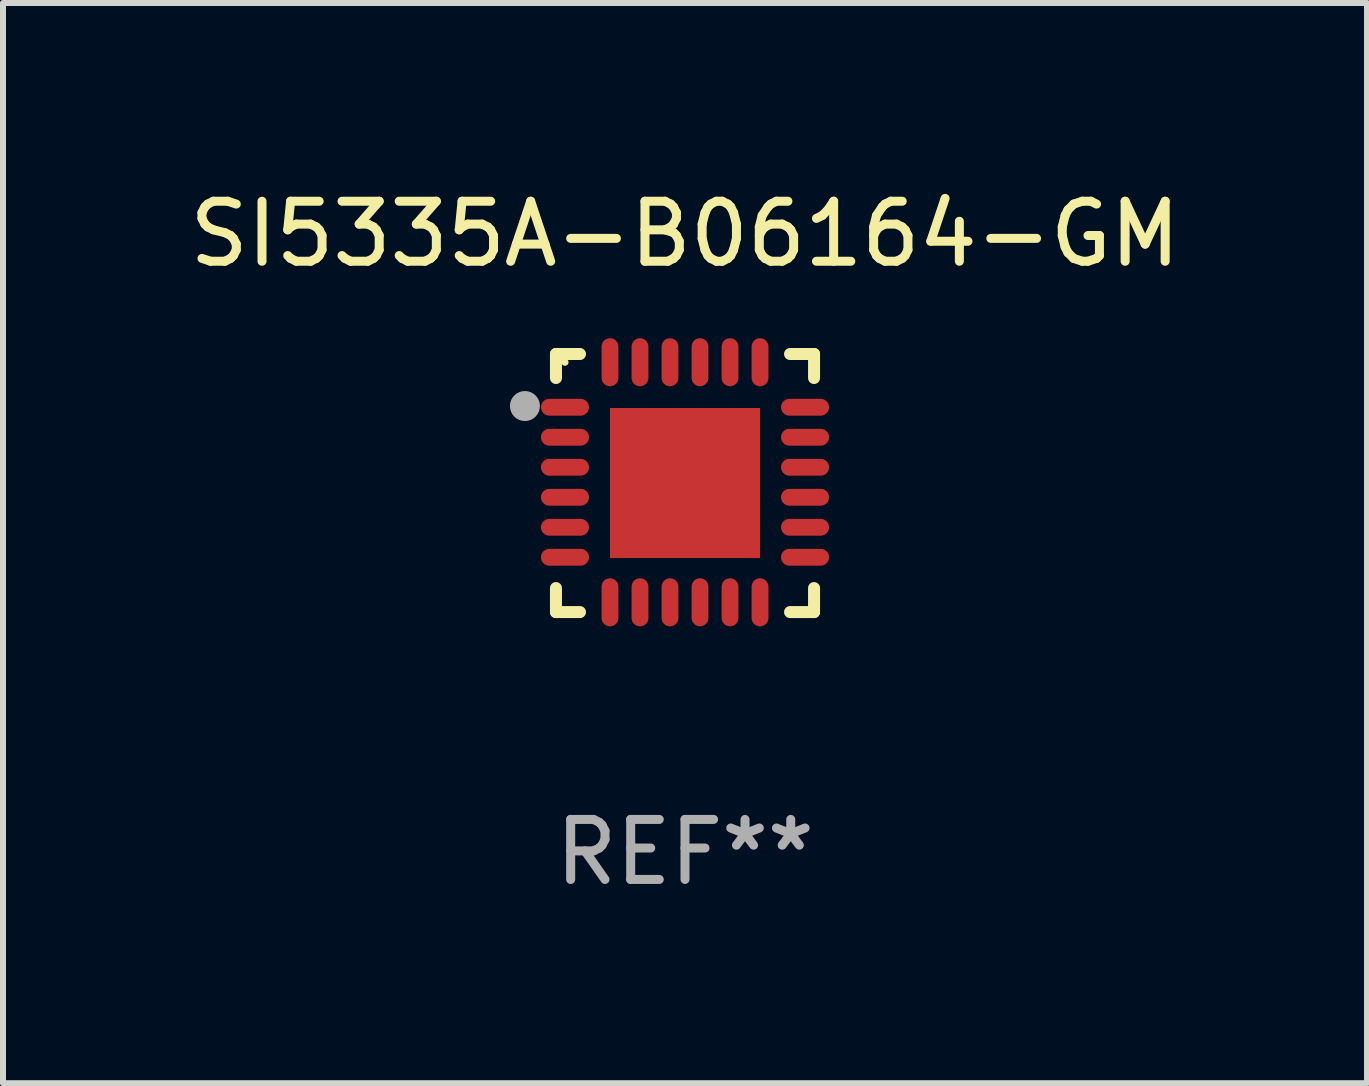
<source format=kicad_pcb>
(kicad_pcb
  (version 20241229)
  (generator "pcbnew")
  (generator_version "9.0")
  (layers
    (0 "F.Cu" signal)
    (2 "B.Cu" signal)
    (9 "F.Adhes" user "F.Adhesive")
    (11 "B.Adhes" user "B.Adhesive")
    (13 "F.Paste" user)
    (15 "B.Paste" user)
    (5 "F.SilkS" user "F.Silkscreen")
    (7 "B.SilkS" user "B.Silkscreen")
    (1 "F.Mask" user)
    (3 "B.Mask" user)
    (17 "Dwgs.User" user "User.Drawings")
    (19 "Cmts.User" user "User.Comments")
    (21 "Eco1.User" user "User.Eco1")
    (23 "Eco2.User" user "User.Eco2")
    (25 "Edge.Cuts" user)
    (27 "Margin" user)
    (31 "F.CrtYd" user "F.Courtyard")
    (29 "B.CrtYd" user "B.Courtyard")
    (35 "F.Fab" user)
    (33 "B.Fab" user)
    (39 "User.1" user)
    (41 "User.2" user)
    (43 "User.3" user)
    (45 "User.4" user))
  (footprint "SI5335A-B06164-GM"
    (layer "F.Cu")
    (at 8.363 4.998)
    (property "Reference" "SI5335A-B06164-GM" (at 0 -4.15 0) (layer "F.SilkS") (effects (font (size 1 1) (thickness 0.15))))
    (attr through_hole)
    (fp_line (start -2.15 -2.15) (end -1.75 -2.15) (stroke (width 0.2) (type solid)) (layer "F.SilkS"))
    (fp_line (start -2.15 -1.75) (end -2.15 -2.15) (stroke (width 0.2) (type solid)) (layer "F.SilkS"))
    (fp_line (start -2.15 2.15) (end -2.15 1.75) (stroke (width 0.2) (type solid)) (layer "F.SilkS"))
    (fp_line (start -1.75 2.15) (end -2.15 2.15) (stroke (width 0.2) (type solid)) (layer "F.SilkS"))
    (fp_line (start 1.75 -2.15) (end 2.15 -2.15) (stroke (width 0.2) (type solid)) (layer "F.SilkS"))
    (fp_line (start 1.75 2.15) (end 2.15 2.15) (stroke (width 0.2) (type solid)) (layer "F.SilkS"))
    (fp_line (start 2.15 -2.15) (end 2.15 -1.75) (stroke (width 0.2) (type solid)) (layer "F.SilkS"))
    (fp_line (start 2.15 2.15) (end 2.15 1.75) (stroke (width 0.2) (type solid)) (layer "F.SilkS"))
    (fp_circle (center -2 -2.013) (end -1.97 -2.013) (stroke (width 0.06) (type solid)) (fill no) (layer "F.SilkS"))
    (fp_circle (center -2.667 -1.283) (end -2.542 -1.283) (stroke (width 0.25) (type solid)) (fill no) (layer "F.Fab"))
    (fp_text user "REF**" (at 0 6.15 0) (layer "F.Fab") (effects (font (size 1 1) (thickness 0.15))))
    (pad "1" smd oval (at -2 -1.263) (size 0.8 0.28) (layers "F.Cu" "F.Mask" "F.Paste"))
    (pad "2" smd oval (at -2 -0.763) (size 0.8 0.28) (layers "F.Cu" "F.Mask" "F.Paste"))
    (pad "3" smd oval (at -2 -0.263) (size 0.8 0.28) (layers "F.Cu" "F.Mask" "F.Paste"))
    (pad "4" smd oval (at -2 0.237) (size 0.8 0.28) (layers "F.Cu" "F.Mask" "F.Paste"))
    (pad "5" smd oval (at -2 0.737) (size 0.8 0.28) (layers "F.Cu" "F.Mask" "F.Paste"))
    (pad "6" smd oval (at -2 1.237) (size 0.8 0.28) (layers "F.Cu" "F.Mask" "F.Paste"))
    (pad "7" smd oval (at -1.25 1.987) (size 0.28 0.8) (layers "F.Cu" "F.Mask" "F.Paste"))
    (pad "8" smd oval (at -0.75 1.987) (size 0.28 0.8) (layers "F.Cu" "F.Mask" "F.Paste"))
    (pad "9" smd oval (at -0.25 1.987) (size 0.28 0.8) (layers "F.Cu" "F.Mask" "F.Paste"))
    (pad "10" smd oval (at 0.25 1.987) (size 0.28 0.8) (layers "F.Cu" "F.Mask" "F.Paste"))
    (pad "11" smd oval (at 0.75 1.987) (size 0.28 0.8) (layers "F.Cu" "F.Mask" "F.Paste"))
    (pad "12" smd oval (at 1.25 1.987) (size 0.28 0.8) (layers "F.Cu" "F.Mask" "F.Paste"))
    (pad "13" smd oval (at 2 1.237) (size 0.8 0.28) (layers "F.Cu" "F.Mask" "F.Paste"))
    (pad "14" smd oval (at 2 0.737) (size 0.8 0.28) (layers "F.Cu" "F.Mask" "F.Paste"))
    (pad "15" smd oval (at 2 0.237) (size 0.8 0.28) (layers "F.Cu" "F.Mask" "F.Paste"))
    (pad "16" smd oval (at 2 -0.263) (size 0.8 0.28) (layers "F.Cu" "F.Mask" "F.Paste"))
    (pad "17" smd oval (at 2 -0.763) (size 0.8 0.28) (layers "F.Cu" "F.Mask" "F.Paste"))
    (pad "18" smd oval (at 2 -1.263) (size 0.8 0.28) (layers "F.Cu" "F.Mask" "F.Paste"))
    (pad "19" smd oval (at 1.25 -2.013) (size 0.28 0.8) (layers "F.Cu" "F.Mask" "F.Paste"))
    (pad "20" smd oval (at 0.75 -2.013) (size 0.28 0.8) (layers "F.Cu" "F.Mask" "F.Paste"))
    (pad "21" smd oval (at 0.25 -2.013) (size 0.28 0.8) (layers "F.Cu" "F.Mask" "F.Paste"))
    (pad "22" smd oval (at -0.25 -2.013) (size 0.28 0.8) (layers "F.Cu" "F.Mask" "F.Paste"))
    (pad "23" smd oval (at -0.75 -2.013) (size 0.28 0.8) (layers "F.Cu" "F.Mask" "F.Paste"))
    (pad "24" smd oval (at -1.25 -2.013) (size 0.28 0.8) (layers "F.Cu" "F.Mask" "F.Paste"))
    (pad "25" smd rect (at -0.000127 -0.00014) (size 2.5 2.5) (layers "F.Cu" "F.Mask" "F.Paste")))
  (gr_rect
    (start -3 -3)
    (end 19.726 14.997)
    (stroke (width 0.1) (type default))
    (fill no)
    (layer "Edge.Cuts")))
</source>
